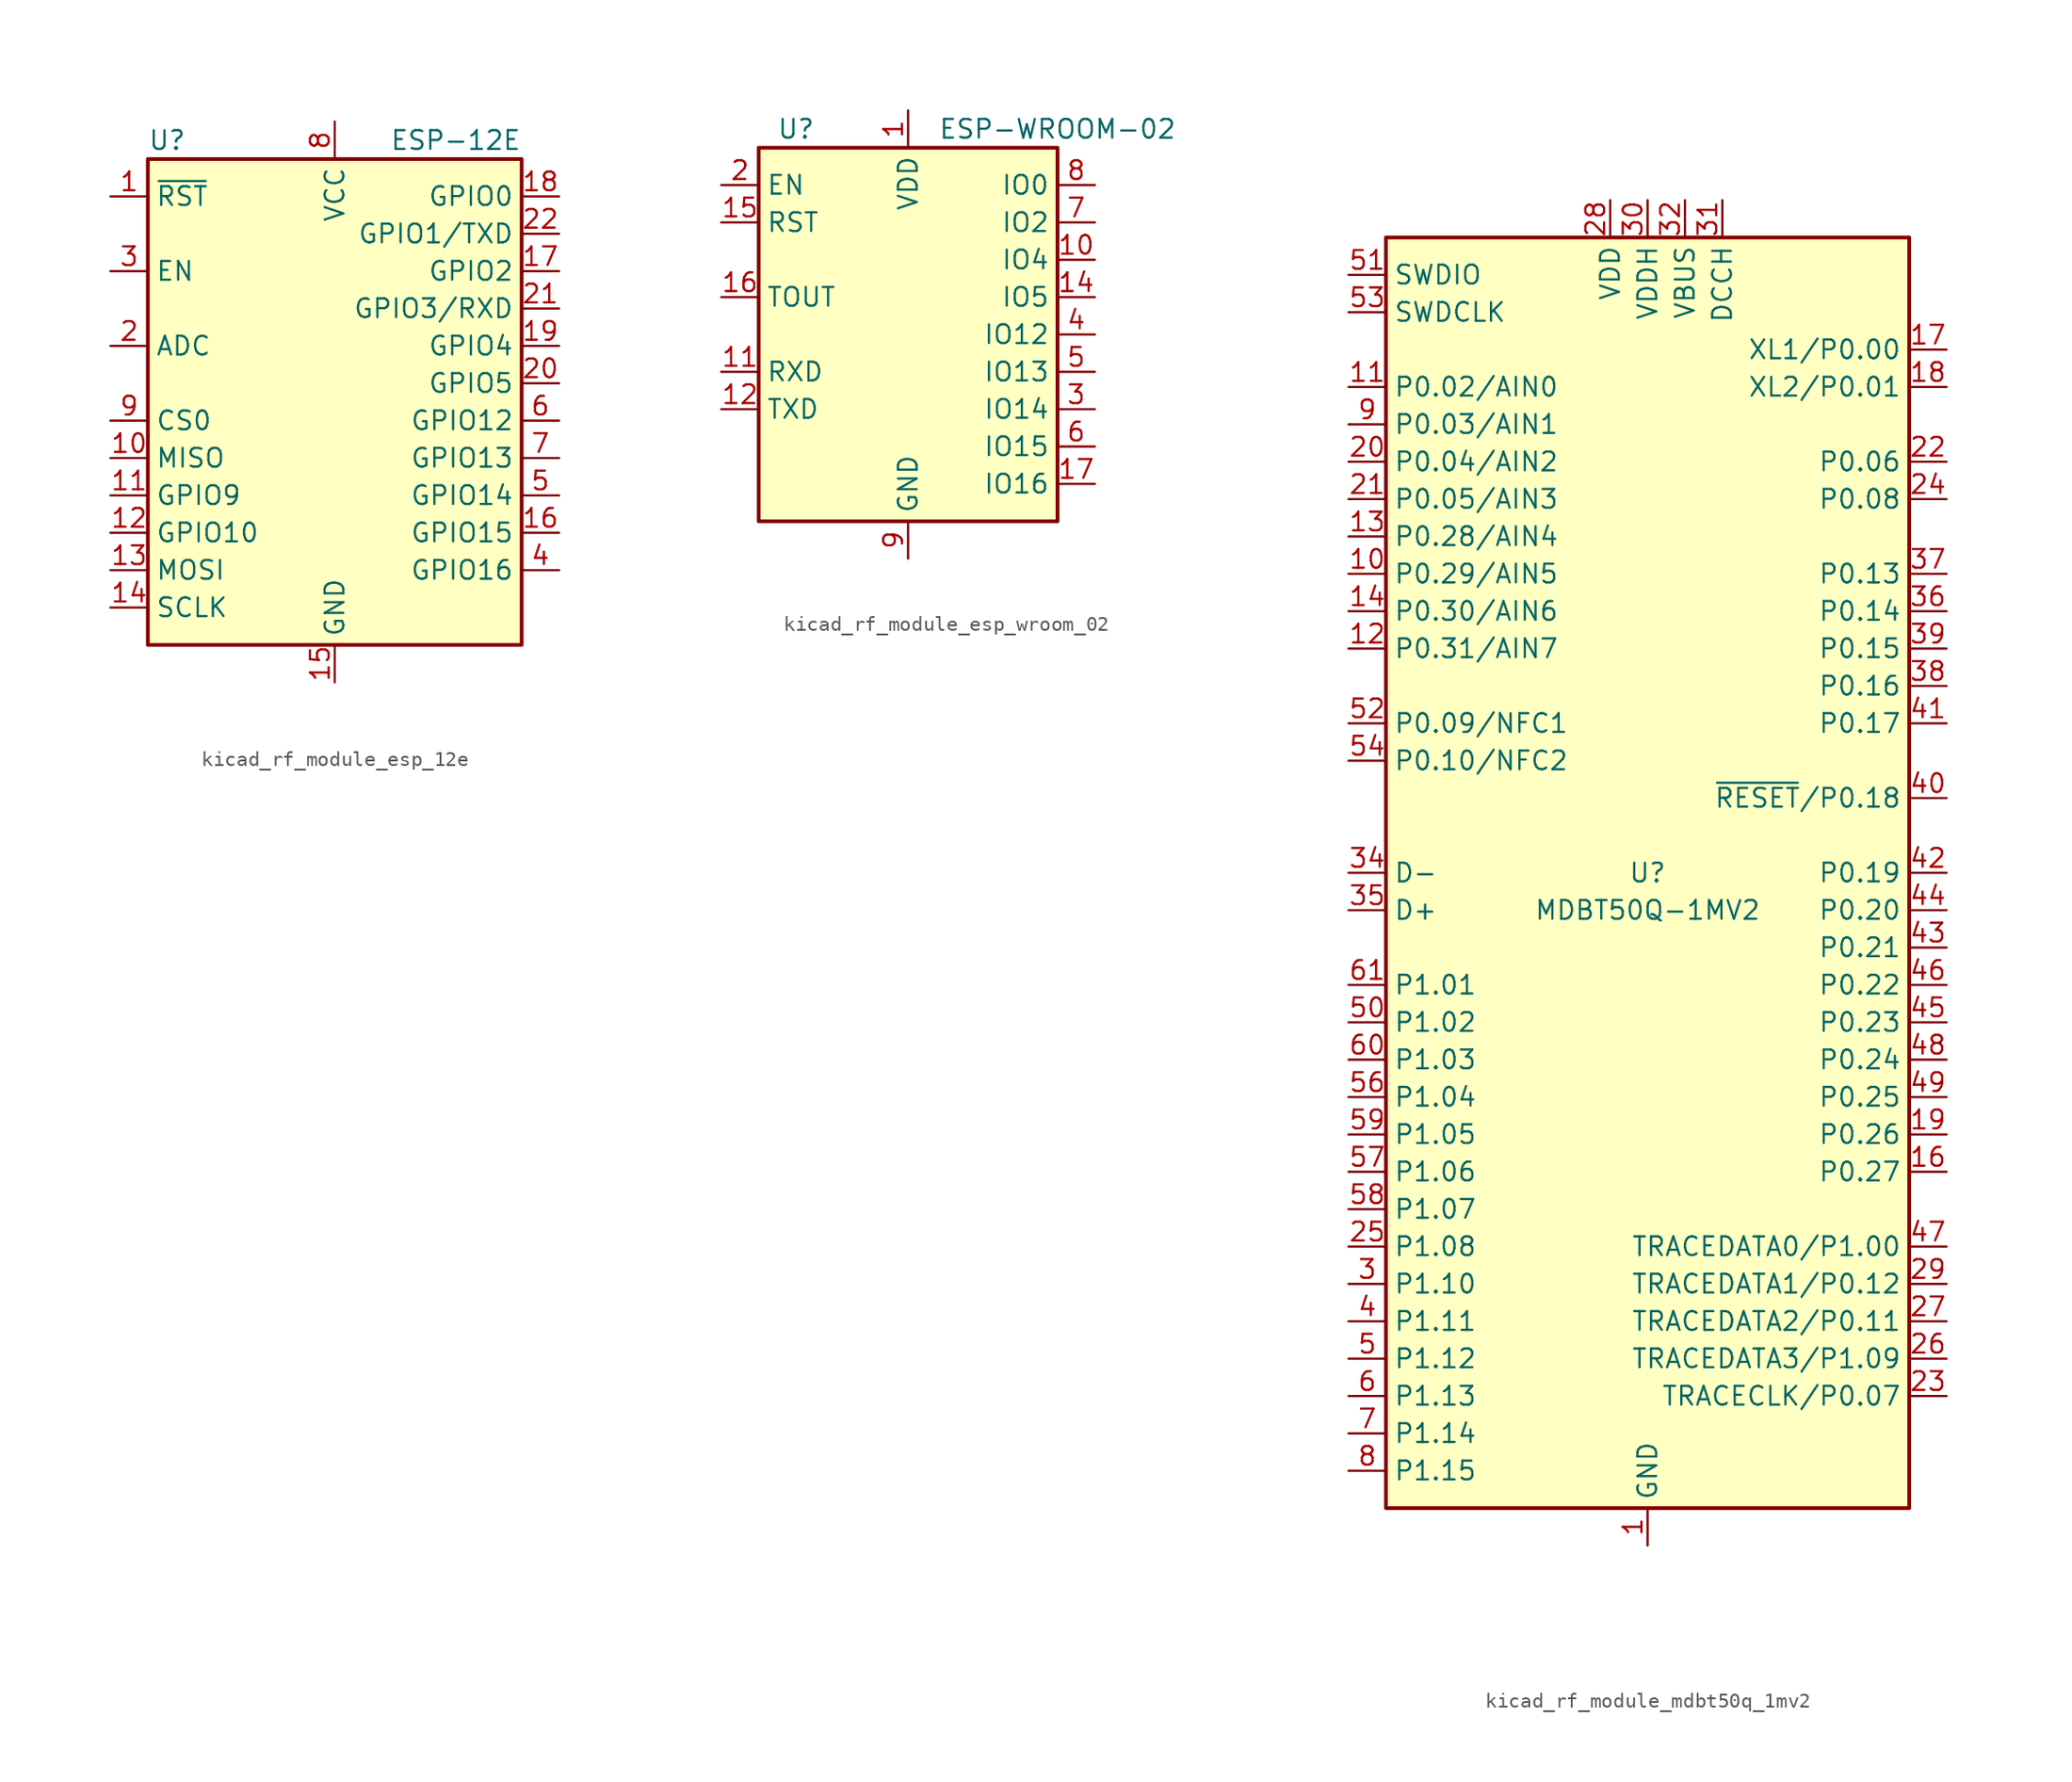
<source format=kicad_sym>
(kicad_symbol_lib
  (version 20220914)
  (generator kicad_symbol_editor)
  (symbol "kicad_rf_module_esp_12e"
    (property "Reference" "U"
      (at -12.7 19.05 0)
      (effects (font (size 1.27 1.27)) (justify left)))
    (property "Value" "ESP-12E"
      (at 12.7 19.05 0)
      (effects (font (size 1.27 1.27)) (justify right)))
    (symbol "kicad_rf_module_esp_12e_0_1"
      (rectangle (start -12.7 17.78) (end 12.7 -15.24) (stroke (width 0.254) (type default)) (fill (type background))))
    (symbol "kicad_rf_module_esp_12e_1_1"
      (pin input line (at -15.24 15.24 0) (length 2.54) (name "~{RST}" (effects (font (size 1.27 1.27)))) (number "1" (effects (font (size 1.27 1.27)))))
      (pin bidirectional line (at -15.24 -2.54 0) (length 2.54) (name "MISO" (effects (font (size 1.27 1.27)))) (number "10" (effects (font (size 1.27 1.27)))))
      (pin bidirectional line (at -15.24 -5.08 0) (length 2.54) (name "GPIO9" (effects (font (size 1.27 1.27)))) (number "11" (effects (font (size 1.27 1.27)))))
      (pin bidirectional line (at -15.24 -7.62 0) (length 2.54) (name "GPIO10" (effects (font (size 1.27 1.27)))) (number "12" (effects (font (size 1.27 1.27)))))
      (pin bidirectional line (at -15.24 -10.16 0) (length 2.54) (name "MOSI" (effects (font (size 1.27 1.27)))) (number "13" (effects (font (size 1.27 1.27)))))
      (pin bidirectional line (at -15.24 -12.7 0) (length 2.54) (name "SCLK" (effects (font (size 1.27 1.27)))) (number "14" (effects (font (size 1.27 1.27)))))
      (pin power_in line (at 0 -17.78 90) (length 2.54) (name "GND" (effects (font (size 1.27 1.27)))) (number "15" (effects (font (size 1.27 1.27)))))
      (pin bidirectional line (at 15.24 -7.62 180) (length 2.54) (name "GPIO15" (effects (font (size 1.27 1.27)))) (number "16" (effects (font (size 1.27 1.27)))))
      (pin bidirectional line (at 15.24 10.16 180) (length 2.54) (name "GPIO2" (effects (font (size 1.27 1.27)))) (number "17" (effects (font (size 1.27 1.27)))))
      (pin bidirectional line (at 15.24 15.24 180) (length 2.54) (name "GPIO0" (effects (font (size 1.27 1.27)))) (number "18" (effects (font (size 1.27 1.27)))))
      (pin bidirectional line (at 15.24 5.08 180) (length 2.54) (name "GPIO4" (effects (font (size 1.27 1.27)))) (number "19" (effects (font (size 1.27 1.27)))))
      (pin input line (at -15.24 5.08 0) (length 2.54) (name "ADC" (effects (font (size 1.27 1.27)))) (number "2" (effects (font (size 1.27 1.27)))))
      (pin bidirectional line (at 15.24 2.54 180) (length 2.54) (name "GPIO5" (effects (font (size 1.27 1.27)))) (number "20" (effects (font (size 1.27 1.27)))))
      (pin bidirectional line (at 15.24 7.62 180) (length 2.54) (name "GPIO3/RXD" (effects (font (size 1.27 1.27)))) (number "21" (effects (font (size 1.27 1.27)))))
      (pin bidirectional line (at 15.24 12.7 180) (length 2.54) (name "GPIO1/TXD" (effects (font (size 1.27 1.27)))) (number "22" (effects (font (size 1.27 1.27)))))
      (pin input line (at -15.24 10.16 0) (length 2.54) (name "EN" (effects (font (size 1.27 1.27)))) (number "3" (effects (font (size 1.27 1.27)))))
      (pin bidirectional line (at 15.24 -10.16 180) (length 2.54) (name "GPIO16" (effects (font (size 1.27 1.27)))) (number "4" (effects (font (size 1.27 1.27)))))
      (pin bidirectional line (at 15.24 -5.08 180) (length 2.54) (name "GPIO14" (effects (font (size 1.27 1.27)))) (number "5" (effects (font (size 1.27 1.27)))))
      (pin bidirectional line (at 15.24 0 180) (length 2.54) (name "GPIO12" (effects (font (size 1.27 1.27)))) (number "6" (effects (font (size 1.27 1.27)))))
      (pin bidirectional line (at 15.24 -2.54 180) (length 2.54) (name "GPIO13" (effects (font (size 1.27 1.27)))) (number "7" (effects (font (size 1.27 1.27)))))
      (pin power_in line (at 0 20.32 270) (length 2.54) (name "VCC" (effects (font (size 1.27 1.27)))) (number "8" (effects (font (size 1.27 1.27)))))
      (pin input line (at -15.24 0 0) (length 2.54) (name "CS0" (effects (font (size 1.27 1.27)))) (number "9" (effects (font (size 1.27 1.27)))))))
  (symbol "kicad_rf_module_esp_wroom_02"
    (property "Reference" "U"
      (at -7.62 13.97 0)
      (effects (font (size 1.27 1.27))))
    (property "Value" "ESP-WROOM-02"
      (at 10.16 13.97 0)
      (effects (font (size 1.27 1.27))))
    (symbol "kicad_rf_module_esp_wroom_02_0_1"
      (rectangle (start 10.16 12.7) (end -10.16 -12.7) (stroke (width 0.254) (type default)) (fill (type background))))
    (symbol "kicad_rf_module_esp_wroom_02_1_1"
      (pin power_in line (at 0 15.24 270) (length 2.54) (name "VDD" (effects (font (size 1.27 1.27)))) (number "1" (effects (font (size 1.27 1.27)))))
      (pin bidirectional line (at 12.7 5.08 180) (length 2.54) (name "IO4" (effects (font (size 1.27 1.27)))) (number "10" (effects (font (size 1.27 1.27)))))
      (pin bidirectional line (at -12.7 -2.54 0) (length 2.54) (name "RXD" (effects (font (size 1.27 1.27)))) (number "11" (effects (font (size 1.27 1.27)))))
      (pin bidirectional line (at -12.7 -5.08 0) (length 2.54) (name "TXD" (effects (font (size 1.27 1.27)))) (number "12" (effects (font (size 1.27 1.27)))))
      (pin passive line (at 0 -15.24 90) (length 2.54) hide (name "GND" (effects (font (size 1.27 1.27)))) (number "13" (effects (font (size 1.27 1.27)))))
      (pin bidirectional line (at 12.7 2.54 180) (length 2.54) (name "IO5" (effects (font (size 1.27 1.27)))) (number "14" (effects (font (size 1.27 1.27)))))
      (pin input line (at -12.7 7.62 0) (length 2.54) (name "RST" (effects (font (size 1.27 1.27)))) (number "15" (effects (font (size 1.27 1.27)))))
      (pin input line (at -12.7 2.54 0) (length 2.54) (name "TOUT" (effects (font (size 1.27 1.27)))) (number "16" (effects (font (size 1.27 1.27)))))
      (pin bidirectional line (at 12.7 -10.16 180) (length 2.54) (name "IO16" (effects (font (size 1.27 1.27)))) (number "17" (effects (font (size 1.27 1.27)))))
      (pin passive line (at 0 -15.24 90) (length 2.54) hide (name "GND" (effects (font (size 1.27 1.27)))) (number "18" (effects (font (size 1.27 1.27)))))
      (pin passive line (at 0 -15.24 90) (length 2.54) hide (name "GND" (effects (font (size 1.27 1.27)))) (number "19" (effects (font (size 1.27 1.27)))))
      (pin input line (at -12.7 10.16 0) (length 2.54) (name "EN" (effects (font (size 1.27 1.27)))) (number "2" (effects (font (size 1.27 1.27)))))
      (pin bidirectional line (at 12.7 -5.08 180) (length 2.54) (name "IO14" (effects (font (size 1.27 1.27)))) (number "3" (effects (font (size 1.27 1.27)))))
      (pin bidirectional line (at 12.7 0 180) (length 2.54) (name "IO12" (effects (font (size 1.27 1.27)))) (number "4" (effects (font (size 1.27 1.27)))))
      (pin bidirectional line (at 12.7 -2.54 180) (length 2.54) (name "IO13" (effects (font (size 1.27 1.27)))) (number "5" (effects (font (size 1.27 1.27)))))
      (pin bidirectional line (at 12.7 -7.62 180) (length 2.54) (name "IO15" (effects (font (size 1.27 1.27)))) (number "6" (effects (font (size 1.27 1.27)))))
      (pin bidirectional line (at 12.7 7.62 180) (length 2.54) (name "IO2" (effects (font (size 1.27 1.27)))) (number "7" (effects (font (size 1.27 1.27)))))
      (pin bidirectional line (at 12.7 10.16 180) (length 2.54) (name "IO0" (effects (font (size 1.27 1.27)))) (number "8" (effects (font (size 1.27 1.27)))))
      (pin power_in line (at 0 -15.24 90) (length 2.54) (name "GND" (effects (font (size 1.27 1.27)))) (number "9" (effects (font (size 1.27 1.27)))))))
  (symbol "kicad_rf_module_mdbt50q_1mv2"
    (property "Reference" "U"
      (at 0 0 0)
      (effects (font (size 1.27 1.27))))
    (property "Value" "MDBT50Q-1MV2"
      (at 0 -2.54 0)
      (effects (font (size 1.27 1.27))))
    (symbol "kicad_rf_module_mdbt50q_1mv2_0_1"
      (rectangle (start -17.78 43.18) (end 17.78 -43.18) (stroke (width 0.254) (type default)) (fill (type background))))
    (symbol "kicad_rf_module_mdbt50q_1mv2_1_1"
      (pin power_in line (at 0 -45.72 90) (length 2.54) (name "GND" (effects (font (size 1.27 1.27)))) (number "1" (effects (font (size 1.27 1.27)))))
      (pin bidirectional line (at -20.32 20.32 0) (length 2.54) (name "P0.29/AIN5" (effects (font (size 1.27 1.27)))) (number "10" (effects (font (size 1.27 1.27)))))
      (pin bidirectional line (at -20.32 33.02 0) (length 2.54) (name "P0.02/AIN0" (effects (font (size 1.27 1.27)))) (number "11" (effects (font (size 1.27 1.27)))))
      (pin bidirectional line (at -20.32 15.24 0) (length 2.54) (name "P0.31/AIN7" (effects (font (size 1.27 1.27)))) (number "12" (effects (font (size 1.27 1.27)))))
      (pin bidirectional line (at -20.32 22.86 0) (length 2.54) (name "P0.28/AIN4" (effects (font (size 1.27 1.27)))) (number "13" (effects (font (size 1.27 1.27)))))
      (pin bidirectional line (at -20.32 17.78 0) (length 2.54) (name "P0.30/AIN6" (effects (font (size 1.27 1.27)))) (number "14" (effects (font (size 1.27 1.27)))))
      (pin passive line (at 0 -45.72 90) (length 2.54) hide (name "GND" (effects (font (size 1.27 1.27)))) (number "15" (effects (font (size 1.27 1.27)))))
      (pin bidirectional line (at 20.32 -20.32 180) (length 2.54) (name "P0.27" (effects (font (size 1.27 1.27)))) (number "16" (effects (font (size 1.27 1.27)))))
      (pin bidirectional line (at 20.32 35.56 180) (length 2.54) (name "XL1/P0.00" (effects (font (size 1.27 1.27)))) (number "17" (effects (font (size 1.27 1.27)))))
      (pin bidirectional line (at 20.32 33.02 180) (length 2.54) (name "XL2/P0.01" (effects (font (size 1.27 1.27)))) (number "18" (effects (font (size 1.27 1.27)))))
      (pin bidirectional line (at 20.32 -17.78 180) (length 2.54) (name "P0.26" (effects (font (size 1.27 1.27)))) (number "19" (effects (font (size 1.27 1.27)))))
      (pin passive line (at 0 -45.72 90) (length 2.54) hide (name "GND" (effects (font (size 1.27 1.27)))) (number "2" (effects (font (size 1.27 1.27)))))
      (pin bidirectional line (at -20.32 27.94 0) (length 2.54) (name "P0.04/AIN2" (effects (font (size 1.27 1.27)))) (number "20" (effects (font (size 1.27 1.27)))))
      (pin bidirectional line (at -20.32 25.4 0) (length 2.54) (name "P0.05/AIN3" (effects (font (size 1.27 1.27)))) (number "21" (effects (font (size 1.27 1.27)))))
      (pin bidirectional line (at 20.32 27.94 180) (length 2.54) (name "P0.06" (effects (font (size 1.27 1.27)))) (number "22" (effects (font (size 1.27 1.27)))))
      (pin bidirectional line (at 20.32 -35.56 180) (length 2.54) (name "TRACECLK/P0.07" (effects (font (size 1.27 1.27)))) (number "23" (effects (font (size 1.27 1.27)))))
      (pin bidirectional line (at 20.32 25.4 180) (length 2.54) (name "P0.08" (effects (font (size 1.27 1.27)))) (number "24" (effects (font (size 1.27 1.27)))))
      (pin bidirectional line (at -20.32 -25.4 0) (length 2.54) (name "P1.08" (effects (font (size 1.27 1.27)))) (number "25" (effects (font (size 1.27 1.27)))))
      (pin bidirectional line (at 20.32 -33.02 180) (length 2.54) (name "TRACEDATA3/P1.09" (effects (font (size 1.27 1.27)))) (number "26" (effects (font (size 1.27 1.27)))))
      (pin bidirectional line (at 20.32 -30.48 180) (length 2.54) (name "TRACEDATA2/P0.11" (effects (font (size 1.27 1.27)))) (number "27" (effects (font (size 1.27 1.27)))))
      (pin power_in line (at -2.54 45.72 270) (length 2.54) (name "VDD" (effects (font (size 1.27 1.27)))) (number "28" (effects (font (size 1.27 1.27)))))
      (pin bidirectional line (at 20.32 -27.94 180) (length 2.54) (name "TRACEDATA1/P0.12" (effects (font (size 1.27 1.27)))) (number "29" (effects (font (size 1.27 1.27)))))
      (pin bidirectional line (at -20.32 -27.94 0) (length 2.54) (name "P1.10" (effects (font (size 1.27 1.27)))) (number "3" (effects (font (size 1.27 1.27)))))
      (pin power_in line (at 0 45.72 270) (length 2.54) (name "VDDH" (effects (font (size 1.27 1.27)))) (number "30" (effects (font (size 1.27 1.27)))))
      (pin power_out line (at 5.08 45.72 270) (length 2.54) (name "DCCH" (effects (font (size 1.27 1.27)))) (number "31" (effects (font (size 1.27 1.27)))))
      (pin power_in line (at 2.54 45.72 270) (length 2.54) (name "VBUS" (effects (font (size 1.27 1.27)))) (number "32" (effects (font (size 1.27 1.27)))))
      (pin passive line (at 0 -45.72 90) (length 2.54) hide (name "GND" (effects (font (size 1.27 1.27)))) (number "33" (effects (font (size 1.27 1.27)))))
      (pin bidirectional line (at -20.32 0 0) (length 2.54) (name "D-" (effects (font (size 1.27 1.27)))) (number "34" (effects (font (size 1.27 1.27)))))
      (pin bidirectional line (at -20.32 -2.54 0) (length 2.54) (name "D+" (effects (font (size 1.27 1.27)))) (number "35" (effects (font (size 1.27 1.27)))))
      (pin bidirectional line (at 20.32 17.78 180) (length 2.54) (name "P0.14" (effects (font (size 1.27 1.27)))) (number "36" (effects (font (size 1.27 1.27)))))
      (pin bidirectional line (at 20.32 20.32 180) (length 2.54) (name "P0.13" (effects (font (size 1.27 1.27)))) (number "37" (effects (font (size 1.27 1.27)))))
      (pin bidirectional line (at 20.32 12.7 180) (length 2.54) (name "P0.16" (effects (font (size 1.27 1.27)))) (number "38" (effects (font (size 1.27 1.27)))))
      (pin bidirectional line (at 20.32 15.24 180) (length 2.54) (name "P0.15" (effects (font (size 1.27 1.27)))) (number "39" (effects (font (size 1.27 1.27)))))
      (pin bidirectional line (at -20.32 -30.48 0) (length 2.54) (name "P1.11" (effects (font (size 1.27 1.27)))) (number "4" (effects (font (size 1.27 1.27)))))
      (pin bidirectional line (at 20.32 5.08 180) (length 2.54) (name "~{RESET}/P0.18" (effects (font (size 1.27 1.27)))) (number "40" (effects (font (size 1.27 1.27)))))
      (pin bidirectional line (at 20.32 10.16 180) (length 2.54) (name "P0.17" (effects (font (size 1.27 1.27)))) (number "41" (effects (font (size 1.27 1.27)))))
      (pin bidirectional line (at 20.32 0 180) (length 2.54) (name "P0.19" (effects (font (size 1.27 1.27)))) (number "42" (effects (font (size 1.27 1.27)))))
      (pin bidirectional line (at 20.32 -5.08 180) (length 2.54) (name "P0.21" (effects (font (size 1.27 1.27)))) (number "43" (effects (font (size 1.27 1.27)))))
      (pin bidirectional line (at 20.32 -2.54 180) (length 2.54) (name "P0.20" (effects (font (size 1.27 1.27)))) (number "44" (effects (font (size 1.27 1.27)))))
      (pin bidirectional line (at 20.32 -10.16 180) (length 2.54) (name "P0.23" (effects (font (size 1.27 1.27)))) (number "45" (effects (font (size 1.27 1.27)))))
      (pin bidirectional line (at 20.32 -7.62 180) (length 2.54) (name "P0.22" (effects (font (size 1.27 1.27)))) (number "46" (effects (font (size 1.27 1.27)))))
      (pin bidirectional line (at 20.32 -25.4 180) (length 2.54) (name "TRACEDATA0/P1.00" (effects (font (size 1.27 1.27)))) (number "47" (effects (font (size 1.27 1.27)))))
      (pin bidirectional line (at 20.32 -12.7 180) (length 2.54) (name "P0.24" (effects (font (size 1.27 1.27)))) (number "48" (effects (font (size 1.27 1.27)))))
      (pin bidirectional line (at 20.32 -15.24 180) (length 2.54) (name "P0.25" (effects (font (size 1.27 1.27)))) (number "49" (effects (font (size 1.27 1.27)))))
      (pin bidirectional line (at -20.32 -33.02 0) (length 2.54) (name "P1.12" (effects (font (size 1.27 1.27)))) (number "5" (effects (font (size 1.27 1.27)))))
      (pin bidirectional line (at -20.32 -10.16 0) (length 2.54) (name "P1.02" (effects (font (size 1.27 1.27)))) (number "50" (effects (font (size 1.27 1.27)))))
      (pin bidirectional line (at -20.32 40.64 0) (length 2.54) (name "SWDIO" (effects (font (size 1.27 1.27)))) (number "51" (effects (font (size 1.27 1.27)))))
      (pin bidirectional line (at -20.32 10.16 0) (length 2.54) (name "P0.09/NFC1" (effects (font (size 1.27 1.27)))) (number "52" (effects (font (size 1.27 1.27)))))
      (pin input line (at -20.32 38.1 0) (length 2.54) (name "SWDCLK" (effects (font (size 1.27 1.27)))) (number "53" (effects (font (size 1.27 1.27)))))
      (pin bidirectional line (at -20.32 7.62 0) (length 2.54) (name "P0.10/NFC2" (effects (font (size 1.27 1.27)))) (number "54" (effects (font (size 1.27 1.27)))))
      (pin passive line (at 0 -45.72 90) (length 2.54) hide (name "GND" (effects (font (size 1.27 1.27)))) (number "55" (effects (font (size 1.27 1.27)))))
      (pin bidirectional line (at -20.32 -15.24 0) (length 2.54) (name "P1.04" (effects (font (size 1.27 1.27)))) (number "56" (effects (font (size 1.27 1.27)))))
      (pin bidirectional line (at -20.32 -20.32 0) (length 2.54) (name "P1.06" (effects (font (size 1.27 1.27)))) (number "57" (effects (font (size 1.27 1.27)))))
      (pin bidirectional line (at -20.32 -22.86 0) (length 2.54) (name "P1.07" (effects (font (size 1.27 1.27)))) (number "58" (effects (font (size 1.27 1.27)))))
      (pin bidirectional line (at -20.32 -17.78 0) (length 2.54) (name "P1.05" (effects (font (size 1.27 1.27)))) (number "59" (effects (font (size 1.27 1.27)))))
      (pin bidirectional line (at -20.32 -35.56 0) (length 2.54) (name "P1.13" (effects (font (size 1.27 1.27)))) (number "6" (effects (font (size 1.27 1.27)))))
      (pin bidirectional line (at -20.32 -12.7 0) (length 2.54) (name "P1.03" (effects (font (size 1.27 1.27)))) (number "60" (effects (font (size 1.27 1.27)))))
      (pin bidirectional line (at -20.32 -7.62 0) (length 2.54) (name "P1.01" (effects (font (size 1.27 1.27)))) (number "61" (effects (font (size 1.27 1.27)))))
      (pin bidirectional line (at -20.32 -38.1 0) (length 2.54) (name "P1.14" (effects (font (size 1.27 1.27)))) (number "7" (effects (font (size 1.27 1.27)))))
      (pin bidirectional line (at -20.32 -40.64 0) (length 2.54) (name "P1.15" (effects (font (size 1.27 1.27)))) (number "8" (effects (font (size 1.27 1.27)))))
      (pin bidirectional line (at -20.32 30.48 0) (length 2.54) (name "P0.03/AIN1" (effects (font (size 1.27 1.27)))) (number "9" (effects (font (size 1.27 1.27))))))))
</source>
